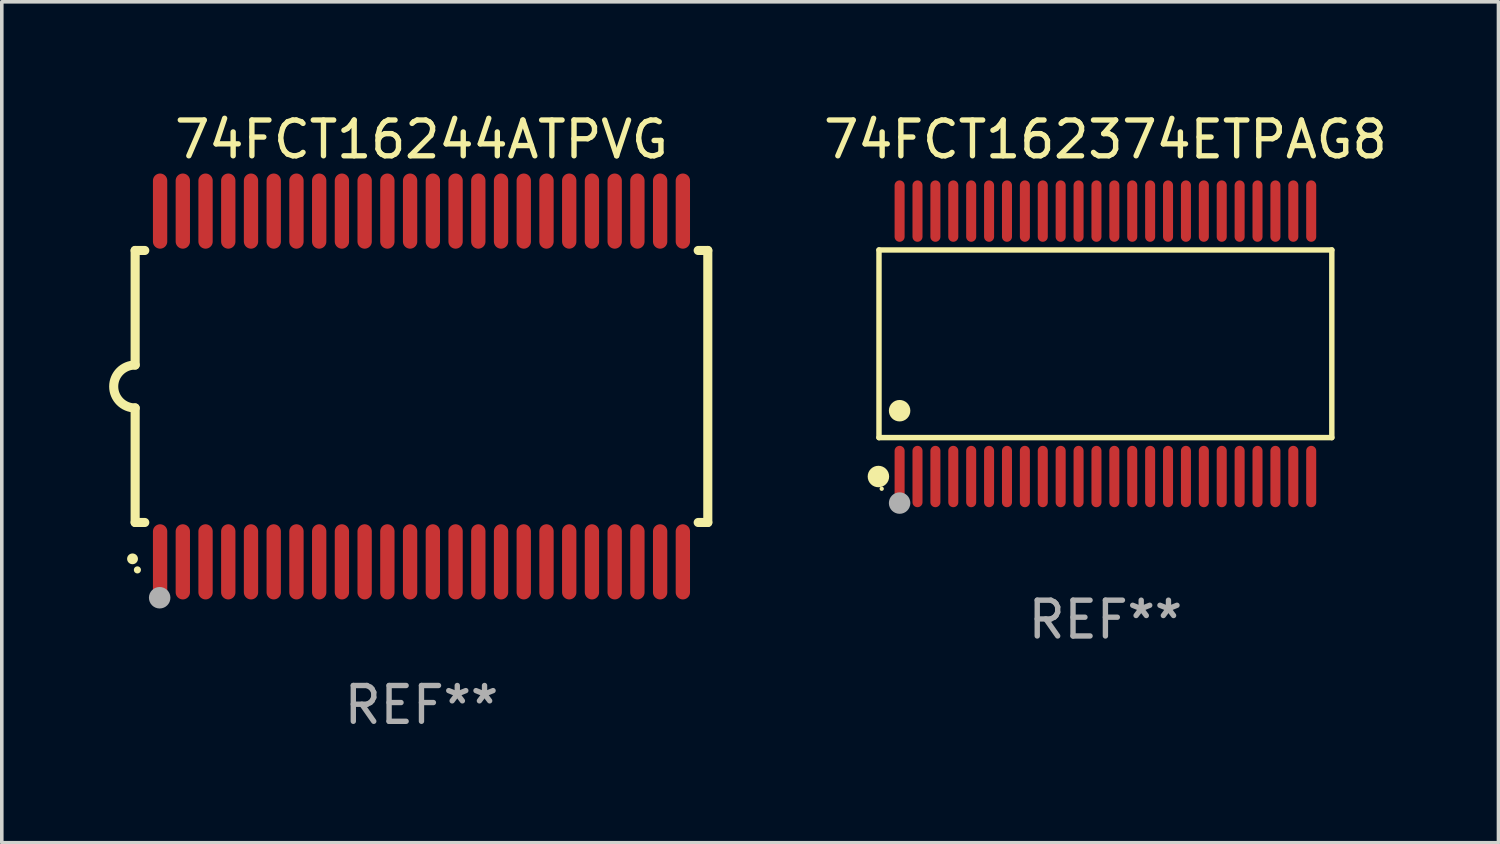
<source format=kicad_pcb>
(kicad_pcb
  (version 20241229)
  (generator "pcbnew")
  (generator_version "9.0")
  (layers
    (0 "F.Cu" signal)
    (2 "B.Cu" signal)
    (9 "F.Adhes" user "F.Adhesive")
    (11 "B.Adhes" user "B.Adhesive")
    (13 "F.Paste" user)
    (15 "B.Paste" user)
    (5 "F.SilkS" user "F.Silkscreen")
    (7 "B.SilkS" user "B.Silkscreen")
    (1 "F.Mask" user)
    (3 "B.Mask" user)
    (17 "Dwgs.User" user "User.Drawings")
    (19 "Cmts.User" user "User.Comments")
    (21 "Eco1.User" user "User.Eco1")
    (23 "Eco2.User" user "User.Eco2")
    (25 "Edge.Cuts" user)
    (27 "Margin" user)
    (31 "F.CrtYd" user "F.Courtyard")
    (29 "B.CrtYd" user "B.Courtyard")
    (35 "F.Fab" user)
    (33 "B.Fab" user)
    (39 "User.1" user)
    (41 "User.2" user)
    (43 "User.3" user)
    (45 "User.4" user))
  (footprint "74FCT162374ETPAG8"
    (layer "F.Cu")
    (at 27.835 6.556)
    (property "Reference" "74FCT162374ETPAG8" (at 0 -5.708 0) (layer "F.SilkS") (effects (font (size 1 1) (thickness 0.15))))
    (attr through_hole)
    (fp_line (start -6.326 -2.622) (end 6.326 -2.622) (stroke (width 0.152) (type solid)) (layer "F.SilkS"))
    (fp_line (start -6.326 2.621) (end -6.326 -2.622) (stroke (width 0.152) (type solid)) (layer "F.SilkS"))
    (fp_line (start 6.326 -2.622) (end 6.326 2.621) (stroke (width 0.152) (type solid)) (layer "F.SilkS"))
    (fp_line (start 6.326 2.621) (end -6.326 2.621) (stroke (width 0.152) (type solid)) (layer "F.SilkS"))
    (fp_circle (center -6.342 3.708) (end -6.192 3.708) (stroke (width 0.3) (type solid)) (fill no) (layer "F.SilkS"))
    (fp_circle (center -6.25 4.05) (end -6.22 4.05) (stroke (width 0.06) (type solid)) (fill no) (layer "F.SilkS"))
    (fp_circle (center -5.75 1.869) (end -5.6 1.869) (stroke (width 0.3) (type solid)) (fill no) (layer "F.SilkS"))
    (fp_circle (center -5.75 4.45) (end -5.6 4.45) (stroke (width 0.3) (type solid)) (fill no) (layer "F.Fab"))
    (fp_text user "REF**" (at 0 7.708 0) (layer "F.Fab") (effects (font (size 1 1) (thickness 0.15))))
    (pad "1" smd oval (at -5.75 3.708) (size 0.28 1.715) (layers "F.Cu" "F.Mask" "F.Paste"))
    (pad "2" smd oval (at -5.25 3.708) (size 0.28 1.715) (layers "F.Cu" "F.Mask" "F.Paste"))
    (pad "3" smd oval (at -4.75 3.708) (size 0.28 1.715) (layers "F.Cu" "F.Mask" "F.Paste"))
    (pad "4" smd oval (at -4.25 3.708) (size 0.28 1.715) (layers "F.Cu" "F.Mask" "F.Paste"))
    (pad "5" smd oval (at -3.75 3.708) (size 0.28 1.715) (layers "F.Cu" "F.Mask" "F.Paste"))
    (pad "6" smd oval (at -3.25 3.708) (size 0.28 1.715) (layers "F.Cu" "F.Mask" "F.Paste"))
    (pad "7" smd oval (at -2.75 3.708) (size 0.28 1.715) (layers "F.Cu" "F.Mask" "F.Paste"))
    (pad "8" smd oval (at -2.25 3.708) (size 0.28 1.715) (layers "F.Cu" "F.Mask" "F.Paste"))
    (pad "9" smd oval (at -1.75 3.708) (size 0.28 1.715) (layers "F.Cu" "F.Mask" "F.Paste"))
    (pad "10" smd oval (at -1.25 3.708) (size 0.28 1.715) (layers "F.Cu" "F.Mask" "F.Paste"))
    (pad "11" smd oval (at -0.75 3.708) (size 0.28 1.715) (layers "F.Cu" "F.Mask" "F.Paste"))
    (pad "12" smd oval (at -0.25 3.708) (size 0.28 1.715) (layers "F.Cu" "F.Mask" "F.Paste"))
    (pad "13" smd oval (at 0.25 3.708) (size 0.28 1.715) (layers "F.Cu" "F.Mask" "F.Paste"))
    (pad "14" smd oval (at 0.75 3.708) (size 0.28 1.715) (layers "F.Cu" "F.Mask" "F.Paste"))
    (pad "15" smd oval (at 1.25 3.708) (size 0.28 1.715) (layers "F.Cu" "F.Mask" "F.Paste"))
    (pad "16" smd oval (at 1.75 3.708) (size 0.28 1.715) (layers "F.Cu" "F.Mask" "F.Paste"))
    (pad "17" smd oval (at 2.25 3.708) (size 0.28 1.715) (layers "F.Cu" "F.Mask" "F.Paste"))
    (pad "18" smd oval (at 2.75 3.708) (size 0.28 1.715) (layers "F.Cu" "F.Mask" "F.Paste"))
    (pad "19" smd oval (at 3.25 3.708) (size 0.28 1.715) (layers "F.Cu" "F.Mask" "F.Paste"))
    (pad "20" smd oval (at 3.75 3.708) (size 0.28 1.715) (layers "F.Cu" "F.Mask" "F.Paste"))
    (pad "21" smd oval (at 4.25 3.708) (size 0.28 1.715) (layers "F.Cu" "F.Mask" "F.Paste"))
    (pad "22" smd oval (at 4.75 3.708) (size 0.28 1.715) (layers "F.Cu" "F.Mask" "F.Paste"))
    (pad "23" smd oval (at 5.25 3.708) (size 0.28 1.715) (layers "F.Cu" "F.Mask" "F.Paste"))
    (pad "24" smd oval (at 5.75 3.708) (size 0.28 1.715) (layers "F.Cu" "F.Mask" "F.Paste"))
    (pad "25" smd oval (at 5.75 -3.708) (size 0.28 1.715) (layers "F.Cu" "F.Mask" "F.Paste"))
    (pad "26" smd oval (at 5.25 -3.708) (size 0.28 1.715) (layers "F.Cu" "F.Mask" "F.Paste"))
    (pad "27" smd oval (at 4.75 -3.708) (size 0.28 1.715) (layers "F.Cu" "F.Mask" "F.Paste"))
    (pad "28" smd oval (at 4.25 -3.708) (size 0.28 1.715) (layers "F.Cu" "F.Mask" "F.Paste"))
    (pad "29" smd oval (at 3.75 -3.708) (size 0.28 1.715) (layers "F.Cu" "F.Mask" "F.Paste"))
    (pad "30" smd oval (at 3.25 -3.708) (size 0.28 1.715) (layers "F.Cu" "F.Mask" "F.Paste"))
    (pad "31" smd oval (at 2.75 -3.708) (size 0.28 1.715) (layers "F.Cu" "F.Mask" "F.Paste"))
    (pad "32" smd oval (at 2.25 -3.708) (size 0.28 1.715) (layers "F.Cu" "F.Mask" "F.Paste"))
    (pad "33" smd oval (at 1.75 -3.708) (size 0.28 1.715) (layers "F.Cu" "F.Mask" "F.Paste"))
    (pad "34" smd oval (at 1.25 -3.708) (size 0.28 1.715) (layers "F.Cu" "F.Mask" "F.Paste"))
    (pad "35" smd oval (at 0.75 -3.708) (size 0.28 1.715) (layers "F.Cu" "F.Mask" "F.Paste"))
    (pad "36" smd oval (at 0.25 -3.708) (size 0.28 1.715) (layers "F.Cu" "F.Mask" "F.Paste"))
    (pad "37" smd oval (at -0.25 -3.708) (size 0.28 1.715) (layers "F.Cu" "F.Mask" "F.Paste"))
    (pad "38" smd oval (at -0.75 -3.708) (size 0.28 1.715) (layers "F.Cu" "F.Mask" "F.Paste"))
    (pad "39" smd oval (at -1.25 -3.708) (size 0.28 1.715) (layers "F.Cu" "F.Mask" "F.Paste"))
    (pad "40" smd oval (at -1.75 -3.708) (size 0.28 1.715) (layers "F.Cu" "F.Mask" "F.Paste"))
    (pad "41" smd oval (at -2.25 -3.708) (size 0.28 1.715) (layers "F.Cu" "F.Mask" "F.Paste"))
    (pad "42" smd oval (at -2.75 -3.708) (size 0.28 1.715) (layers "F.Cu" "F.Mask" "F.Paste"))
    (pad "43" smd oval (at -3.25 -3.708) (size 0.28 1.715) (layers "F.Cu" "F.Mask" "F.Paste"))
    (pad "44" smd oval (at -3.75 -3.708) (size 0.28 1.715) (layers "F.Cu" "F.Mask" "F.Paste"))
    (pad "45" smd oval (at -4.25 -3.708) (size 0.28 1.715) (layers "F.Cu" "F.Mask" "F.Paste"))
    (pad "46" smd oval (at -4.75 -3.708) (size 0.28 1.715) (layers "F.Cu" "F.Mask" "F.Paste"))
    (pad "47" smd oval (at -5.25 -3.708) (size 0.28 1.715) (layers "F.Cu" "F.Mask" "F.Paste"))
    (pad "48" smd oval (at -5.75 -3.708) (size 0.28 1.715) (layers "F.Cu" "F.Mask" "F.Paste")))
  (footprint "74FCT16244ATPVG"
    (layer "F.Cu")
    (at 8.726 7.748)
    (property "Reference" "74FCT16244ATPVG" (at 0 -6.9 0) (layer "F.SilkS") (effects (font (size 1 1) (thickness 0.15))))
    (attr through_hole)
    (fp_line (start -8 -3.8) (end -8 -0.599) (stroke (width 0.254) (type solid)) (layer "F.SilkS"))
    (fp_line (start -8 -3.8) (end -7.731 -3.8) (stroke (width 0.254) (type solid)) (layer "F.SilkS"))
    (fp_line (start -8 3.8) (end -8 0.599) (stroke (width 0.254) (type solid)) (layer "F.SilkS"))
    (fp_line (start -7.731 3.8) (end -8 3.8) (stroke (width 0.254) (type solid)) (layer "F.SilkS"))
    (fp_line (start 7.731 -3.8) (end 8 -3.8) (stroke (width 0.254) (type solid)) (layer "F.SilkS"))
    (fp_line (start 8 -3.8) (end 8 3.8) (stroke (width 0.254) (type solid)) (layer "F.SilkS"))
    (fp_line (start 8 3.8) (end 7.731 3.8) (stroke (width 0.254) (type solid)) (layer "F.SilkS"))
    (fp_arc (start -8.074676 4.81585) (mid -8.073406 4.815845) (end -8.072136 4.81585) (stroke (width 0.3) (type solid)) (layer "F.SilkS"))
    (fp_arc (start -8.000025 0.6) (mid -8.598908 0.00056) (end -8.000027 -0.598882) (stroke (width 0.254001) (type solid)) (layer "F.SilkS"))
    (fp_circle (center -7.937 5.125) (end -7.887 5.125) (stroke (width 0.1) (type solid)) (fill no) (layer "F.SilkS"))
    (fp_circle (center -7.315 5.903) (end -7.165 5.903) (stroke (width 0.3) (type solid)) (fill no) (layer "F.Fab"))
    (fp_text user "REF**" (at 0 8.9 0) (layer "F.Fab") (effects (font (size 1 1) (thickness 0.15))))
    (pad "1" smd oval (at -7.303 4.9) (size 0.4 2.1) (layers "F.Cu" "F.Mask" "F.Paste"))
    (pad "2" smd oval (at -6.668 4.9) (size 0.4 2.1) (layers "F.Cu" "F.Mask" "F.Paste"))
    (pad "3" smd oval (at -6.033 4.9) (size 0.4 2.1) (layers "F.Cu" "F.Mask" "F.Paste"))
    (pad "4" smd oval (at -5.398 4.9) (size 0.4 2.1) (layers "F.Cu" "F.Mask" "F.Paste"))
    (pad "5" smd oval (at -4.763 4.9) (size 0.4 2.1) (layers "F.Cu" "F.Mask" "F.Paste"))
    (pad "6" smd oval (at -4.128 4.9) (size 0.4 2.1) (layers "F.Cu" "F.Mask" "F.Paste"))
    (pad "7" smd oval (at -3.493 4.9) (size 0.4 2.1) (layers "F.Cu" "F.Mask" "F.Paste"))
    (pad "8" smd oval (at -2.858 4.9) (size 0.4 2.1) (layers "F.Cu" "F.Mask" "F.Paste"))
    (pad "9" smd oval (at -2.223 4.9) (size 0.4 2.1) (layers "F.Cu" "F.Mask" "F.Paste"))
    (pad "10" smd oval (at -1.588 4.9) (size 0.4 2.1) (layers "F.Cu" "F.Mask" "F.Paste"))
    (pad "11" smd oval (at -0.953 4.9) (size 0.4 2.1) (layers "F.Cu" "F.Mask" "F.Paste"))
    (pad "12" smd oval (at -0.318 4.9) (size 0.4 2.1) (layers "F.Cu" "F.Mask" "F.Paste"))
    (pad "13" smd oval (at 0.318 4.9) (size 0.4 2.1) (layers "F.Cu" "F.Mask" "F.Paste"))
    (pad "14" smd oval (at 0.953 4.9) (size 0.4 2.1) (layers "F.Cu" "F.Mask" "F.Paste"))
    (pad "15" smd oval (at 1.588 4.9) (size 0.4 2.1) (layers "F.Cu" "F.Mask" "F.Paste"))
    (pad "16" smd oval (at 2.223 4.9) (size 0.4 2.1) (layers "F.Cu" "F.Mask" "F.Paste"))
    (pad "17" smd oval (at 2.858 4.9) (size 0.4 2.1) (layers "F.Cu" "F.Mask" "F.Paste"))
    (pad "18" smd oval (at 3.493 4.9) (size 0.4 2.1) (layers "F.Cu" "F.Mask" "F.Paste"))
    (pad "19" smd oval (at 4.128 4.9) (size 0.4 2.1) (layers "F.Cu" "F.Mask" "F.Paste"))
    (pad "20" smd oval (at 4.763 4.9) (size 0.4 2.1) (layers "F.Cu" "F.Mask" "F.Paste"))
    (pad "21" smd oval (at 5.398 4.9) (size 0.4 2.1) (layers "F.Cu" "F.Mask" "F.Paste"))
    (pad "22" smd oval (at 6.033 4.9) (size 0.4 2.1) (layers "F.Cu" "F.Mask" "F.Paste"))
    (pad "23" smd oval (at 6.668 4.9) (size 0.4 2.1) (layers "F.Cu" "F.Mask" "F.Paste"))
    (pad "24" smd oval (at 7.303 4.9) (size 0.4 2.1) (layers "F.Cu" "F.Mask" "F.Paste"))
    (pad "25" smd oval (at 7.303 -4.9 180) (size 0.4 2.1) (layers "F.Cu" "F.Mask" "F.Paste"))
    (pad "26" smd oval (at 6.668 -4.9 180) (size 0.4 2.1) (layers "F.Cu" "F.Mask" "F.Paste"))
    (pad "27" smd oval (at 6.033 -4.9 180) (size 0.4 2.1) (layers "F.Cu" "F.Mask" "F.Paste"))
    (pad "28" smd oval (at 5.398 -4.9 180) (size 0.4 2.1) (layers "F.Cu" "F.Mask" "F.Paste"))
    (pad "29" smd oval (at 4.763 -4.9 180) (size 0.4 2.1) (layers "F.Cu" "F.Mask" "F.Paste"))
    (pad "30" smd oval (at 4.128 -4.9 180) (size 0.4 2.1) (layers "F.Cu" "F.Mask" "F.Paste"))
    (pad "31" smd oval (at 3.493 -4.9 180) (size 0.4 2.1) (layers "F.Cu" "F.Mask" "F.Paste"))
    (pad "32" smd oval (at 2.858 -4.9 180) (size 0.4 2.1) (layers "F.Cu" "F.Mask" "F.Paste"))
    (pad "33" smd oval (at 2.223 -4.9 180) (size 0.4 2.1) (layers "F.Cu" "F.Mask" "F.Paste"))
    (pad "34" smd oval (at 1.588 -4.9 180) (size 0.4 2.1) (layers "F.Cu" "F.Mask" "F.Paste"))
    (pad "35" smd oval (at 0.953 -4.9 180) (size 0.4 2.1) (layers "F.Cu" "F.Mask" "F.Paste"))
    (pad "36" smd oval (at 0.318 -4.9 180) (size 0.4 2.1) (layers "F.Cu" "F.Mask" "F.Paste"))
    (pad "37" smd oval (at -0.318 -4.9 180) (size 0.4 2.1) (layers "F.Cu" "F.Mask" "F.Paste"))
    (pad "38" smd oval (at -0.953 -4.9 180) (size 0.4 2.1) (layers "F.Cu" "F.Mask" "F.Paste"))
    (pad "39" smd oval (at -1.588 -4.9 180) (size 0.4 2.1) (layers "F.Cu" "F.Mask" "F.Paste"))
    (pad "40" smd oval (at -2.223 -4.9 180) (size 0.4 2.1) (layers "F.Cu" "F.Mask" "F.Paste"))
    (pad "41" smd oval (at -2.858 -4.9 180) (size 0.4 2.1) (layers "F.Cu" "F.Mask" "F.Paste"))
    (pad "42" smd oval (at -3.493 -4.9 180) (size 0.4 2.1) (layers "F.Cu" "F.Mask" "F.Paste"))
    (pad "43" smd oval (at -4.128 -4.9 180) (size 0.4 2.1) (layers "F.Cu" "F.Mask" "F.Paste"))
    (pad "44" smd oval (at -4.763 -4.9 180) (size 0.4 2.1) (layers "F.Cu" "F.Mask" "F.Paste"))
    (pad "45" smd oval (at -5.398 -4.9 180) (size 0.4 2.1) (layers "F.Cu" "F.Mask" "F.Paste"))
    (pad "46" smd oval (at -6.033 -4.9 180) (size 0.4 2.1) (layers "F.Cu" "F.Mask" "F.Paste"))
    (pad "47" smd oval (at -6.668 -4.9 180) (size 0.4 2.1) (layers "F.Cu" "F.Mask" "F.Paste"))
    (pad "48" smd oval (at -7.303 -4.9 180) (size 0.4 2.1) (layers "F.Cu" "F.Mask" "F.Paste")))
  (gr_rect
    (start -3 -3)
    (end 38.817 20.496)
    (stroke (width 0.1) (type default))
    (fill no)
    (layer "Edge.Cuts")))
</source>
